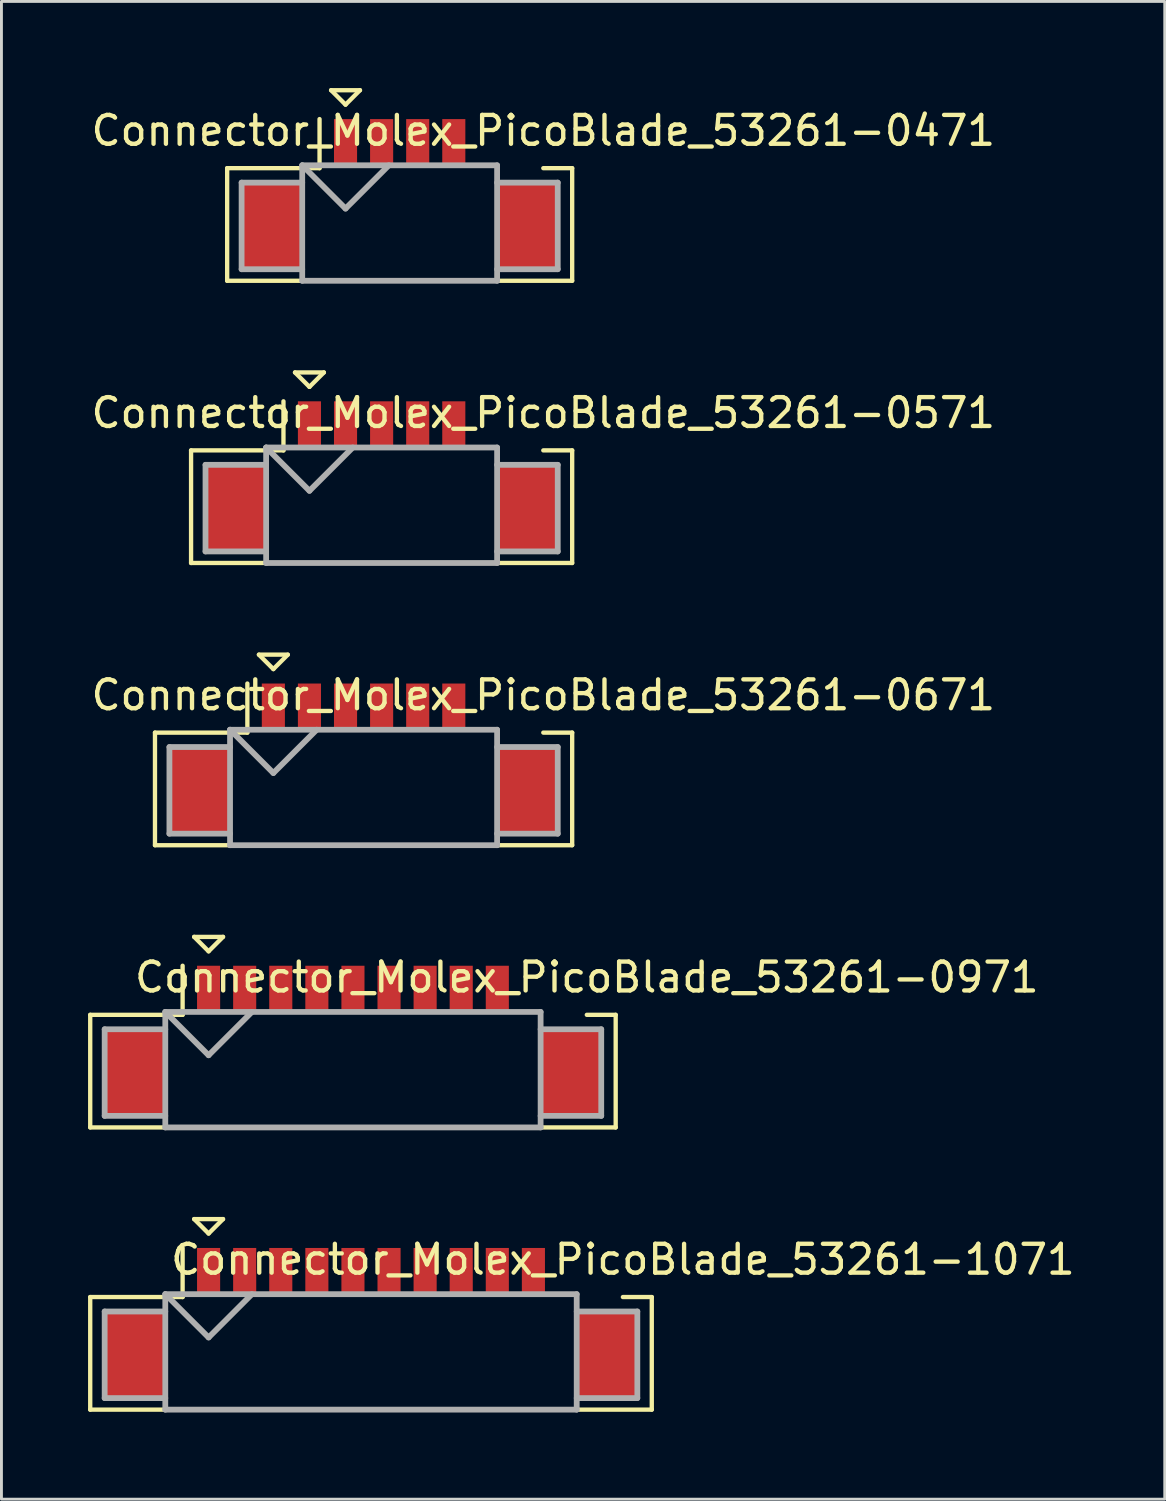
<source format=kicad_pcb>
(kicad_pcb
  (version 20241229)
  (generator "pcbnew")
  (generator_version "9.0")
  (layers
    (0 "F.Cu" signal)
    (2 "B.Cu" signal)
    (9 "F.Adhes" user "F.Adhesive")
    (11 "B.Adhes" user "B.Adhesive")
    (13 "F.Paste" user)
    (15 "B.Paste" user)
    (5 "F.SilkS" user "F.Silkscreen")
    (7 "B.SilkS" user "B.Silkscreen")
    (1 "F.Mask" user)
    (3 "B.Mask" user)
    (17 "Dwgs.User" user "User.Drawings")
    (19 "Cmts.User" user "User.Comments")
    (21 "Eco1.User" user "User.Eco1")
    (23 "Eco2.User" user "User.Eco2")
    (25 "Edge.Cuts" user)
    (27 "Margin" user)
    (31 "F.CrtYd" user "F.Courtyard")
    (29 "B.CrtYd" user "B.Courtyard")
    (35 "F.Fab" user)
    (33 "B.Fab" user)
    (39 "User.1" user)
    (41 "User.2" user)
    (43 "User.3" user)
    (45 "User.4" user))
  (footprint "Connector_Molex_PicoBlade_53261-0471"
    (layer "F.Cu")
    (at 10.793 4.775)
    (property "Reference" "Connector_Molex_PicoBlade_53261-0471" (at 4.975 -3.3 0) (layer "F.SilkS") (effects (font (size 1 1) (thickness 0.15))))
    (attr through_hole)
    (fp_line (start -5.975 -2) (end -5.975 1.9) (stroke (width 0.15) (type solid)) (layer "F.SilkS"))
    (fp_line (start -5.975 1.9) (end 5.975 1.9) (stroke (width 0.15) (type solid)) (layer "F.SilkS"))
    (fp_line (start -2.775 -3.7) (end -2.775 -2) (stroke (width 0.15) (type solid)) (layer "F.SilkS"))
    (fp_line (start -2.775 -2) (end -5.975 -2) (stroke (width 0.15) (type solid)) (layer "F.SilkS"))
    (fp_line (start -2.375 -4.7) (end -1.375 -4.7) (stroke (width 0.15) (type solid)) (layer "F.SilkS"))
    (fp_line (start -1.875 -4.2) (end -2.375 -4.7) (stroke (width 0.15) (type solid)) (layer "F.SilkS"))
    (fp_line (start -1.375 -4.7) (end -1.875 -4.2) (stroke (width 0.15) (type solid)) (layer "F.SilkS"))
    (fp_line (start 5.975 -2) (end 4.975 -2) (stroke (width 0.15) (type solid)) (layer "F.SilkS"))
    (fp_line (start 5.975 1.9) (end 5.975 -2) (stroke (width 0.15) (type solid)) (layer "F.SilkS"))
    (fp_line (start -5.475 -1.5) (end -5.475 1.5) (stroke (width 0.2) (type solid)) (layer "F.Fab"))
    (fp_line (start -5.475 1.5) (end -3.375 1.5) (stroke (width 0.2) (type solid)) (layer "F.Fab"))
    (fp_line (start -3.375 -2.1) (end -3.375 1.9) (stroke (width 0.2) (type solid)) (layer "F.Fab"))
    (fp_line (start -3.375 -2.1) (end -1.875 -0.6) (stroke (width 0.2) (type solid)) (layer "F.Fab"))
    (fp_line (start -3.375 -1.5) (end -5.475 -1.5) (stroke (width 0.2) (type solid)) (layer "F.Fab"))
    (fp_line (start -3.375 1.9) (end 3.375 1.9) (stroke (width 0.2) (type solid)) (layer "F.Fab"))
    (fp_line (start -1.875 -0.6) (end -0.375 -2.1) (stroke (width 0.2) (type solid)) (layer "F.Fab"))
    (fp_line (start 3.375 -2.1) (end -3.375 -2.1) (stroke (width 0.2) (type solid)) (layer "F.Fab"))
    (fp_line (start 3.375 -1.5) (end 5.475 -1.5) (stroke (width 0.2) (type solid)) (layer "F.Fab"))
    (fp_line (start 3.375 1.9) (end 3.375 -2.1) (stroke (width 0.2) (type solid)) (layer "F.Fab"))
    (fp_line (start 5.475 -1.5) (end 5.475 1.5) (stroke (width 0.2) (type solid)) (layer "F.Fab"))
    (fp_line (start 5.475 1.5) (end 3.375 1.5) (stroke (width 0.2) (type solid)) (layer "F.Fab"))
    (pad "" smd rect (at -4.425 0) (size 2.1 3) (layers "F.Cu" "F.Mask" "F.Paste"))
    (pad "" smd rect (at 4.425 0) (size 2.1 3) (layers "F.Cu" "F.Mask" "F.Paste"))
    (pad "1" smd rect (at -1.875 -2.9) (size 0.8 1.6) (layers "F.Cu" "F.Mask" "F.Paste"))
    (pad "2" smd rect (at -0.625 -2.9) (size 0.8 1.6) (layers "F.Cu" "F.Mask" "F.Paste"))
    (pad "3" smd rect (at 0.625 -2.9) (size 0.8 1.6) (layers "F.Cu" "F.Mask" "F.Paste"))
    (pad "4" smd rect (at 1.875 -2.9) (size 0.8 1.6) (layers "F.Cu" "F.Mask" "F.Paste")))
  (footprint "Connector_Molex_PicoBlade_53261-0671"
    (layer "F.Cu")
    (at 9.543 24.325)
    (property "Reference" "Connector_Molex_PicoBlade_53261-0671" (at 6.225 -3.3 0) (layer "F.SilkS") (effects (font (size 1 1) (thickness 0.15))))
    (attr through_hole)
    (fp_line (start -7.225 -2) (end -7.225 1.9) (stroke (width 0.15) (type solid)) (layer "F.SilkS"))
    (fp_line (start -7.225 1.9) (end 7.225 1.9) (stroke (width 0.15) (type solid)) (layer "F.SilkS"))
    (fp_line (start -4.025 -3.7) (end -4.025 -2) (stroke (width 0.15) (type solid)) (layer "F.SilkS"))
    (fp_line (start -4.025 -2) (end -7.225 -2) (stroke (width 0.15) (type solid)) (layer "F.SilkS"))
    (fp_line (start -3.625 -4.7) (end -2.625 -4.7) (stroke (width 0.15) (type solid)) (layer "F.SilkS"))
    (fp_line (start -3.125 -4.2) (end -3.625 -4.7) (stroke (width 0.15) (type solid)) (layer "F.SilkS"))
    (fp_line (start -2.625 -4.7) (end -3.125 -4.2) (stroke (width 0.15) (type solid)) (layer "F.SilkS"))
    (fp_line (start 7.225 -2) (end 6.225 -2) (stroke (width 0.15) (type solid)) (layer "F.SilkS"))
    (fp_line (start 7.225 1.9) (end 7.225 -2) (stroke (width 0.15) (type solid)) (layer "F.SilkS"))
    (fp_line (start -6.725 -1.5) (end -6.725 1.5) (stroke (width 0.2) (type solid)) (layer "F.Fab"))
    (fp_line (start -6.725 1.5) (end -4.625 1.5) (stroke (width 0.2) (type solid)) (layer "F.Fab"))
    (fp_line (start -4.625 -2.1) (end -4.625 1.9) (stroke (width 0.2) (type solid)) (layer "F.Fab"))
    (fp_line (start -4.625 -2.1) (end -3.125 -0.6) (stroke (width 0.2) (type solid)) (layer "F.Fab"))
    (fp_line (start -4.625 -1.5) (end -6.725 -1.5) (stroke (width 0.2) (type solid)) (layer "F.Fab"))
    (fp_line (start -4.625 1.9) (end 4.625 1.9) (stroke (width 0.2) (type solid)) (layer "F.Fab"))
    (fp_line (start -3.125 -0.6) (end -1.625 -2.1) (stroke (width 0.2) (type solid)) (layer "F.Fab"))
    (fp_line (start 4.625 -2.1) (end -4.625 -2.1) (stroke (width 0.2) (type solid)) (layer "F.Fab"))
    (fp_line (start 4.625 -1.5) (end 6.725 -1.5) (stroke (width 0.2) (type solid)) (layer "F.Fab"))
    (fp_line (start 4.625 1.9) (end 4.625 -2.1) (stroke (width 0.2) (type solid)) (layer "F.Fab"))
    (fp_line (start 6.725 -1.5) (end 6.725 1.5) (stroke (width 0.2) (type solid)) (layer "F.Fab"))
    (fp_line (start 6.725 1.5) (end 4.625 1.5) (stroke (width 0.2) (type solid)) (layer "F.Fab"))
    (pad "" smd rect (at -5.675 0) (size 2.1 3) (layers "F.Cu" "F.Mask" "F.Paste"))
    (pad "" smd rect (at 5.675 0) (size 2.1 3) (layers "F.Cu" "F.Mask" "F.Paste"))
    (pad "1" smd rect (at -3.125 -2.9) (size 0.8 1.6) (layers "F.Cu" "F.Mask" "F.Paste"))
    (pad "2" smd rect (at -1.875 -2.9) (size 0.8 1.6) (layers "F.Cu" "F.Mask" "F.Paste"))
    (pad "3" smd rect (at -0.625 -2.9) (size 0.8 1.6) (layers "F.Cu" "F.Mask" "F.Paste"))
    (pad "4" smd rect (at 0.625 -2.9) (size 0.8 1.6) (layers "F.Cu" "F.Mask" "F.Paste"))
    (pad "5" smd rect (at 1.875 -2.9) (size 0.8 1.6) (layers "F.Cu" "F.Mask" "F.Paste"))
    (pad "6" smd rect (at 3.125 -2.9) (size 0.8 1.6) (layers "F.Cu" "F.Mask" "F.Paste")))
  (footprint "Connector_Molex_PicoBlade_53261-0971"
    (layer "F.Cu")
    (at 9.175 34.1)
    (property "Reference" "Connector_Molex_PicoBlade_53261-0971" (at 8.1 -3.3 0) (layer "F.SilkS") (effects (font (size 1 1) (thickness 0.15))))
    (attr through_hole)
    (fp_line (start -9.1 -2) (end -9.1 1.9) (stroke (width 0.15) (type solid)) (layer "F.SilkS"))
    (fp_line (start -9.1 1.9) (end 9.1 1.9) (stroke (width 0.15) (type solid)) (layer "F.SilkS"))
    (fp_line (start -5.9 -3.7) (end -5.9 -2) (stroke (width 0.15) (type solid)) (layer "F.SilkS"))
    (fp_line (start -5.9 -2) (end -9.1 -2) (stroke (width 0.15) (type solid)) (layer "F.SilkS"))
    (fp_line (start -5.5 -4.7) (end -4.5 -4.7) (stroke (width 0.15) (type solid)) (layer "F.SilkS"))
    (fp_line (start -5 -4.2) (end -5.5 -4.7) (stroke (width 0.15) (type solid)) (layer "F.SilkS"))
    (fp_line (start -4.5 -4.7) (end -5 -4.2) (stroke (width 0.15) (type solid)) (layer "F.SilkS"))
    (fp_line (start 9.1 -2) (end 8.1 -2) (stroke (width 0.15) (type solid)) (layer "F.SilkS"))
    (fp_line (start 9.1 1.9) (end 9.1 -2) (stroke (width 0.15) (type solid)) (layer "F.SilkS"))
    (fp_line (start -8.6 -1.5) (end -8.6 1.5) (stroke (width 0.2) (type solid)) (layer "F.Fab"))
    (fp_line (start -8.6 1.5) (end -6.5 1.5) (stroke (width 0.2) (type solid)) (layer "F.Fab"))
    (fp_line (start -6.5 -2.1) (end -6.5 1.9) (stroke (width 0.2) (type solid)) (layer "F.Fab"))
    (fp_line (start -6.5 -2.1) (end -5 -0.6) (stroke (width 0.2) (type solid)) (layer "F.Fab"))
    (fp_line (start -6.5 -1.5) (end -8.6 -1.5) (stroke (width 0.2) (type solid)) (layer "F.Fab"))
    (fp_line (start -6.5 1.9) (end 6.5 1.9) (stroke (width 0.2) (type solid)) (layer "F.Fab"))
    (fp_line (start -5 -0.6) (end -3.5 -2.1) (stroke (width 0.2) (type solid)) (layer "F.Fab"))
    (fp_line (start 6.5 -2.1) (end -6.5 -2.1) (stroke (width 0.2) (type solid)) (layer "F.Fab"))
    (fp_line (start 6.5 -1.5) (end 8.6 -1.5) (stroke (width 0.2) (type solid)) (layer "F.Fab"))
    (fp_line (start 6.5 1.9) (end 6.5 -2.1) (stroke (width 0.2) (type solid)) (layer "F.Fab"))
    (fp_line (start 8.6 -1.5) (end 8.6 1.5) (stroke (width 0.2) (type solid)) (layer "F.Fab"))
    (fp_line (start 8.6 1.5) (end 6.5 1.5) (stroke (width 0.2) (type solid)) (layer "F.Fab"))
    (pad "" smd rect (at -7.55 0) (size 2.1 3) (layers "F.Cu" "F.Mask" "F.Paste"))
    (pad "" smd rect (at 7.55 0) (size 2.1 3) (layers "F.Cu" "F.Mask" "F.Paste"))
    (pad "1" smd rect (at -5 -2.9) (size 0.8 1.6) (layers "F.Cu" "F.Mask" "F.Paste"))
    (pad "2" smd rect (at -3.75 -2.9) (size 0.8 1.6) (layers "F.Cu" "F.Mask" "F.Paste"))
    (pad "3" smd rect (at -2.5 -2.9) (size 0.8 1.6) (layers "F.Cu" "F.Mask" "F.Paste"))
    (pad "4" smd rect (at -1.25 -2.9) (size 0.8 1.6) (layers "F.Cu" "F.Mask" "F.Paste"))
    (pad "5" smd rect (at 0 -2.9) (size 0.8 1.6) (layers "F.Cu" "F.Mask" "F.Paste"))
    (pad "6" smd rect (at 1.25 -2.9) (size 0.8 1.6) (layers "F.Cu" "F.Mask" "F.Paste"))
    (pad "7" smd rect (at 2.5 -2.9) (size 0.8 1.6) (layers "F.Cu" "F.Mask" "F.Paste"))
    (pad "8" smd rect (at 3.75 -2.9) (size 0.8 1.6) (layers "F.Cu" "F.Mask" "F.Paste"))
    (pad "9" smd rect (at 5 -2.9) (size 0.8 1.6) (layers "F.Cu" "F.Mask" "F.Paste")))
  (footprint "Connector_Molex_PicoBlade_53261-1071"
    (layer "F.Cu")
    (at 9.8 43.875)
    (property "Reference" "Connector_Molex_PicoBlade_53261-1071" (at 8.725 -3.3 0) (layer "F.SilkS") (effects (font (size 1 1) (thickness 0.15))))
    (attr through_hole)
    (fp_line (start -9.725 -2) (end -9.725 1.9) (stroke (width 0.15) (type solid)) (layer "F.SilkS"))
    (fp_line (start -9.725 1.9) (end 9.725 1.9) (stroke (width 0.15) (type solid)) (layer "F.SilkS"))
    (fp_line (start -6.525 -3.7) (end -6.525 -2) (stroke (width 0.15) (type solid)) (layer "F.SilkS"))
    (fp_line (start -6.525 -2) (end -9.725 -2) (stroke (width 0.15) (type solid)) (layer "F.SilkS"))
    (fp_line (start -6.125 -4.7) (end -5.125 -4.7) (stroke (width 0.15) (type solid)) (layer "F.SilkS"))
    (fp_line (start -5.625 -4.2) (end -6.125 -4.7) (stroke (width 0.15) (type solid)) (layer "F.SilkS"))
    (fp_line (start -5.125 -4.7) (end -5.625 -4.2) (stroke (width 0.15) (type solid)) (layer "F.SilkS"))
    (fp_line (start 9.725 -2) (end 8.725 -2) (stroke (width 0.15) (type solid)) (layer "F.SilkS"))
    (fp_line (start 9.725 1.9) (end 9.725 -2) (stroke (width 0.15) (type solid)) (layer "F.SilkS"))
    (fp_line (start -9.225 -1.5) (end -9.225 1.5) (stroke (width 0.2) (type solid)) (layer "F.Fab"))
    (fp_line (start -9.225 1.5) (end -7.125 1.5) (stroke (width 0.2) (type solid)) (layer "F.Fab"))
    (fp_line (start -7.125 -2.1) (end -7.125 1.9) (stroke (width 0.2) (type solid)) (layer "F.Fab"))
    (fp_line (start -7.125 -2.1) (end -5.625 -0.6) (stroke (width 0.2) (type solid)) (layer "F.Fab"))
    (fp_line (start -7.125 -1.5) (end -9.225 -1.5) (stroke (width 0.2) (type solid)) (layer "F.Fab"))
    (fp_line (start -7.125 1.9) (end 7.125 1.9) (stroke (width 0.2) (type solid)) (layer "F.Fab"))
    (fp_line (start -5.625 -0.6) (end -4.125 -2.1) (stroke (width 0.2) (type solid)) (layer "F.Fab"))
    (fp_line (start 7.125 -2.1) (end -7.125 -2.1) (stroke (width 0.2) (type solid)) (layer "F.Fab"))
    (fp_line (start 7.125 -1.5) (end 9.225 -1.5) (stroke (width 0.2) (type solid)) (layer "F.Fab"))
    (fp_line (start 7.125 1.9) (end 7.125 -2.1) (stroke (width 0.2) (type solid)) (layer "F.Fab"))
    (fp_line (start 9.225 -1.5) (end 9.225 1.5) (stroke (width 0.2) (type solid)) (layer "F.Fab"))
    (fp_line (start 9.225 1.5) (end 7.125 1.5) (stroke (width 0.2) (type solid)) (layer "F.Fab"))
    (pad "" smd rect (at -8.175 0) (size 2.1 3) (layers "F.Cu" "F.Mask" "F.Paste"))
    (pad "" smd rect (at 8.175 0) (size 2.1 3) (layers "F.Cu" "F.Mask" "F.Paste"))
    (pad "1" smd rect (at -5.625 -2.9) (size 0.8 1.6) (layers "F.Cu" "F.Mask" "F.Paste"))
    (pad "2" smd rect (at -4.375 -2.9) (size 0.8 1.6) (layers "F.Cu" "F.Mask" "F.Paste"))
    (pad "3" smd rect (at -3.125 -2.9) (size 0.8 1.6) (layers "F.Cu" "F.Mask" "F.Paste"))
    (pad "4" smd rect (at -1.875 -2.9) (size 0.8 1.6) (layers "F.Cu" "F.Mask" "F.Paste"))
    (pad "5" smd rect (at -0.625 -2.9) (size 0.8 1.6) (layers "F.Cu" "F.Mask" "F.Paste"))
    (pad "6" smd rect (at 0.625 -2.9) (size 0.8 1.6) (layers "F.Cu" "F.Mask" "F.Paste"))
    (pad "7" smd rect (at 1.875 -2.9) (size 0.8 1.6) (layers "F.Cu" "F.Mask" "F.Paste"))
    (pad "8" smd rect (at 3.125 -2.9) (size 0.8 1.6) (layers "F.Cu" "F.Mask" "F.Paste"))
    (pad "9" smd rect (at 4.375 -2.9) (size 0.8 1.6) (layers "F.Cu" "F.Mask" "F.Paste"))
    (pad "10" smd rect (at 5.625 -2.9) (size 0.8 1.6) (layers "F.Cu" "F.Mask" "F.Paste")))
  (footprint "Connector_Molex_PicoBlade_53261-0571"
    (layer "F.Cu")
    (at 10.168 14.55)
    (property "Reference" "Connector_Molex_PicoBlade_53261-0571" (at 5.6 -3.3 0) (layer "F.SilkS") (effects (font (size 1 1) (thickness 0.15))))
    (attr through_hole)
    (fp_line (start -6.6 -2) (end -6.6 1.9) (stroke (width 0.15) (type solid)) (layer "F.SilkS"))
    (fp_line (start -6.6 1.9) (end 6.6 1.9) (stroke (width 0.15) (type solid)) (layer "F.SilkS"))
    (fp_line (start -3.4 -3.7) (end -3.4 -2) (stroke (width 0.15) (type solid)) (layer "F.SilkS"))
    (fp_line (start -3.4 -2) (end -6.6 -2) (stroke (width 0.15) (type solid)) (layer "F.SilkS"))
    (fp_line (start -3 -4.7) (end -2 -4.7) (stroke (width 0.15) (type solid)) (layer "F.SilkS"))
    (fp_line (start -2.5 -4.2) (end -3 -4.7) (stroke (width 0.15) (type solid)) (layer "F.SilkS"))
    (fp_line (start -2 -4.7) (end -2.5 -4.2) (stroke (width 0.15) (type solid)) (layer "F.SilkS"))
    (fp_line (start 6.6 -2) (end 5.6 -2) (stroke (width 0.15) (type solid)) (layer "F.SilkS"))
    (fp_line (start 6.6 1.9) (end 6.6 -2) (stroke (width 0.15) (type solid)) (layer "F.SilkS"))
    (fp_line (start -6.1 -1.5) (end -6.1 1.5) (stroke (width 0.2) (type solid)) (layer "F.Fab"))
    (fp_line (start -6.1 1.5) (end -4 1.5) (stroke (width 0.2) (type solid)) (layer "F.Fab"))
    (fp_line (start -4 -2.1) (end -4 1.9) (stroke (width 0.2) (type solid)) (layer "F.Fab"))
    (fp_line (start -4 -2.1) (end -2.5 -0.6) (stroke (width 0.2) (type solid)) (layer "F.Fab"))
    (fp_line (start -4 -1.5) (end -6.1 -1.5) (stroke (width 0.2) (type solid)) (layer "F.Fab"))
    (fp_line (start -4 1.9) (end 4 1.9) (stroke (width 0.2) (type solid)) (layer "F.Fab"))
    (fp_line (start -2.5 -0.6) (end -1 -2.1) (stroke (width 0.2) (type solid)) (layer "F.Fab"))
    (fp_line (start 4 -2.1) (end -4 -2.1) (stroke (width 0.2) (type solid)) (layer "F.Fab"))
    (fp_line (start 4 -1.5) (end 6.1 -1.5) (stroke (width 0.2) (type solid)) (layer "F.Fab"))
    (fp_line (start 4 1.9) (end 4 -2.1) (stroke (width 0.2) (type solid)) (layer "F.Fab"))
    (fp_line (start 6.1 -1.5) (end 6.1 1.5) (stroke (width 0.2) (type solid)) (layer "F.Fab"))
    (fp_line (start 6.1 1.5) (end 4 1.5) (stroke (width 0.2) (type solid)) (layer "F.Fab"))
    (pad "" smd rect (at -5.05 0) (size 2.1 3) (layers "F.Cu" "F.Mask" "F.Paste"))
    (pad "" smd rect (at 5.05 0) (size 2.1 3) (layers "F.Cu" "F.Mask" "F.Paste"))
    (pad "1" smd rect (at -2.5 -2.9) (size 0.8 1.6) (layers "F.Cu" "F.Mask" "F.Paste"))
    (pad "2" smd rect (at -1.25 -2.9) (size 0.8 1.6) (layers "F.Cu" "F.Mask" "F.Paste"))
    (pad "3" smd rect (at 0 -2.9) (size 0.8 1.6) (layers "F.Cu" "F.Mask" "F.Paste"))
    (pad "4" smd rect (at 1.25 -2.9) (size 0.8 1.6) (layers "F.Cu" "F.Mask" "F.Paste"))
    (pad "5" smd rect (at 2.5 -2.9) (size 0.8 1.6) (layers "F.Cu" "F.Mask" "F.Paste")))
  (gr_rect
    (start -3 -3)
    (end 37.293 48.875)
    (stroke (width 0.1) (type default))
    (fill no)
    (layer "Edge.Cuts")))
</source>
